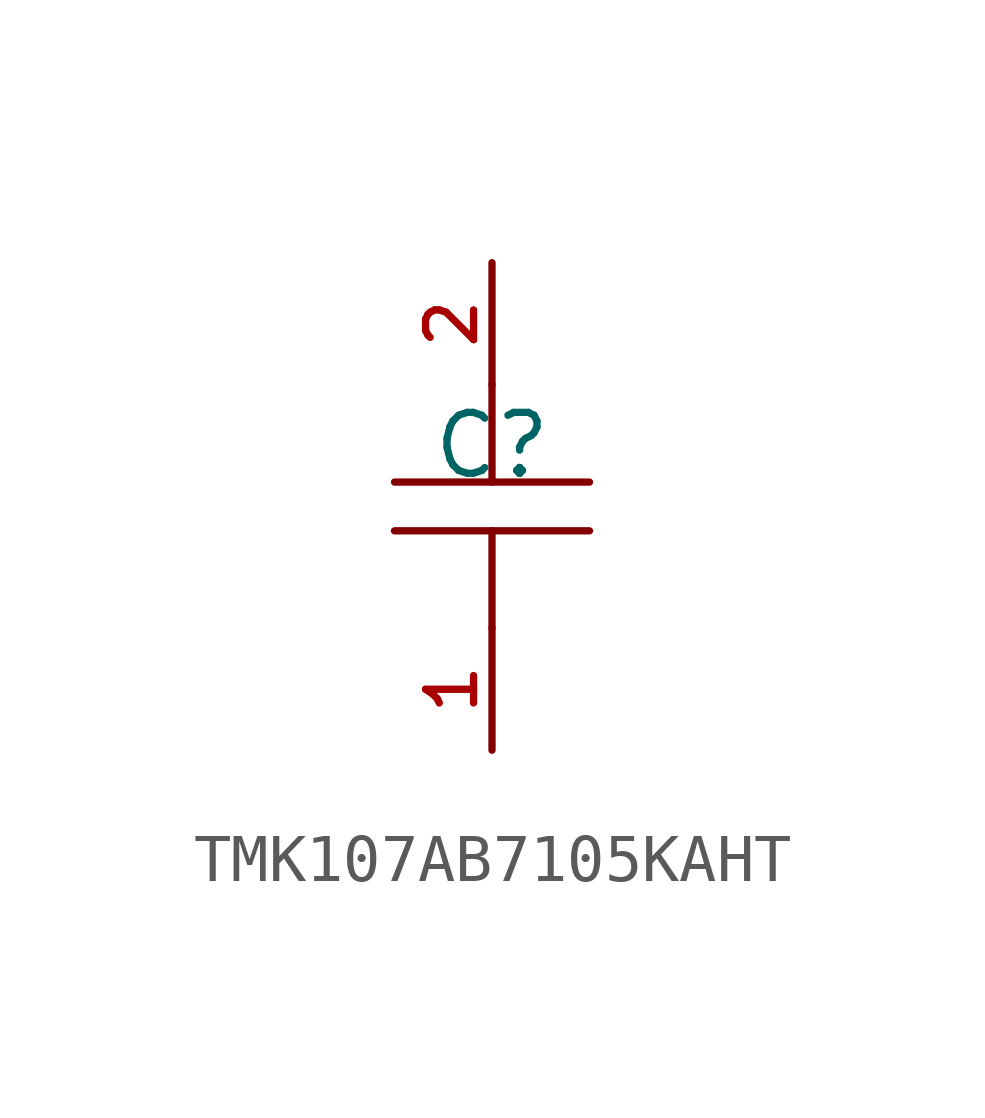
<source format=kicad_sym>
(kicad_symbol_lib
  (version 20210201)
  (generator TousstNicolas/JLC2KiCad_lib)
  (symbol "TMK107AB7105KAHT"
    (pin_names hide)
    (property "Reference" "C"
      (at 0 1.27 0)
      (effects (font (size 1.27 1.27))))
    (symbol "TMK107AB7105KAHT_0_1"
      (polyline (pts (xy 2.032 -0.508) (xy -2.032 -0.508)) (stroke (width 0) (type default) (color 0 0 0 0)) (fill (type none)))
      (pin unspecified line (at 0.0 -5.08 90) (length 2.54) (name "1" (effects (font (size 1 1)))) (number "1" (effects (font (size 1 1)))))
      (polyline (pts (xy 0.0 2.54) (xy 0.0 0.508)) (stroke (width 0) (type default) (color 0 0 0 0)) (fill (type none)))
      (polyline (pts (xy -2.032 0.508) (xy 2.032 0.508)) (stroke (width 0) (type default) (color 0 0 0 0)) (fill (type none)))
      (pin unspecified line (at 0.0 5.08 270) (length 2.54) (name "2" (effects (font (size 1 1)))) (number "2" (effects (font (size 1 1)))))
      (polyline (pts (xy 0.0 -0.508) (xy 0.0 -2.54)) (stroke (width 0) (type default) (color 0 0 0 0)) (fill (type none))))))
</source>
